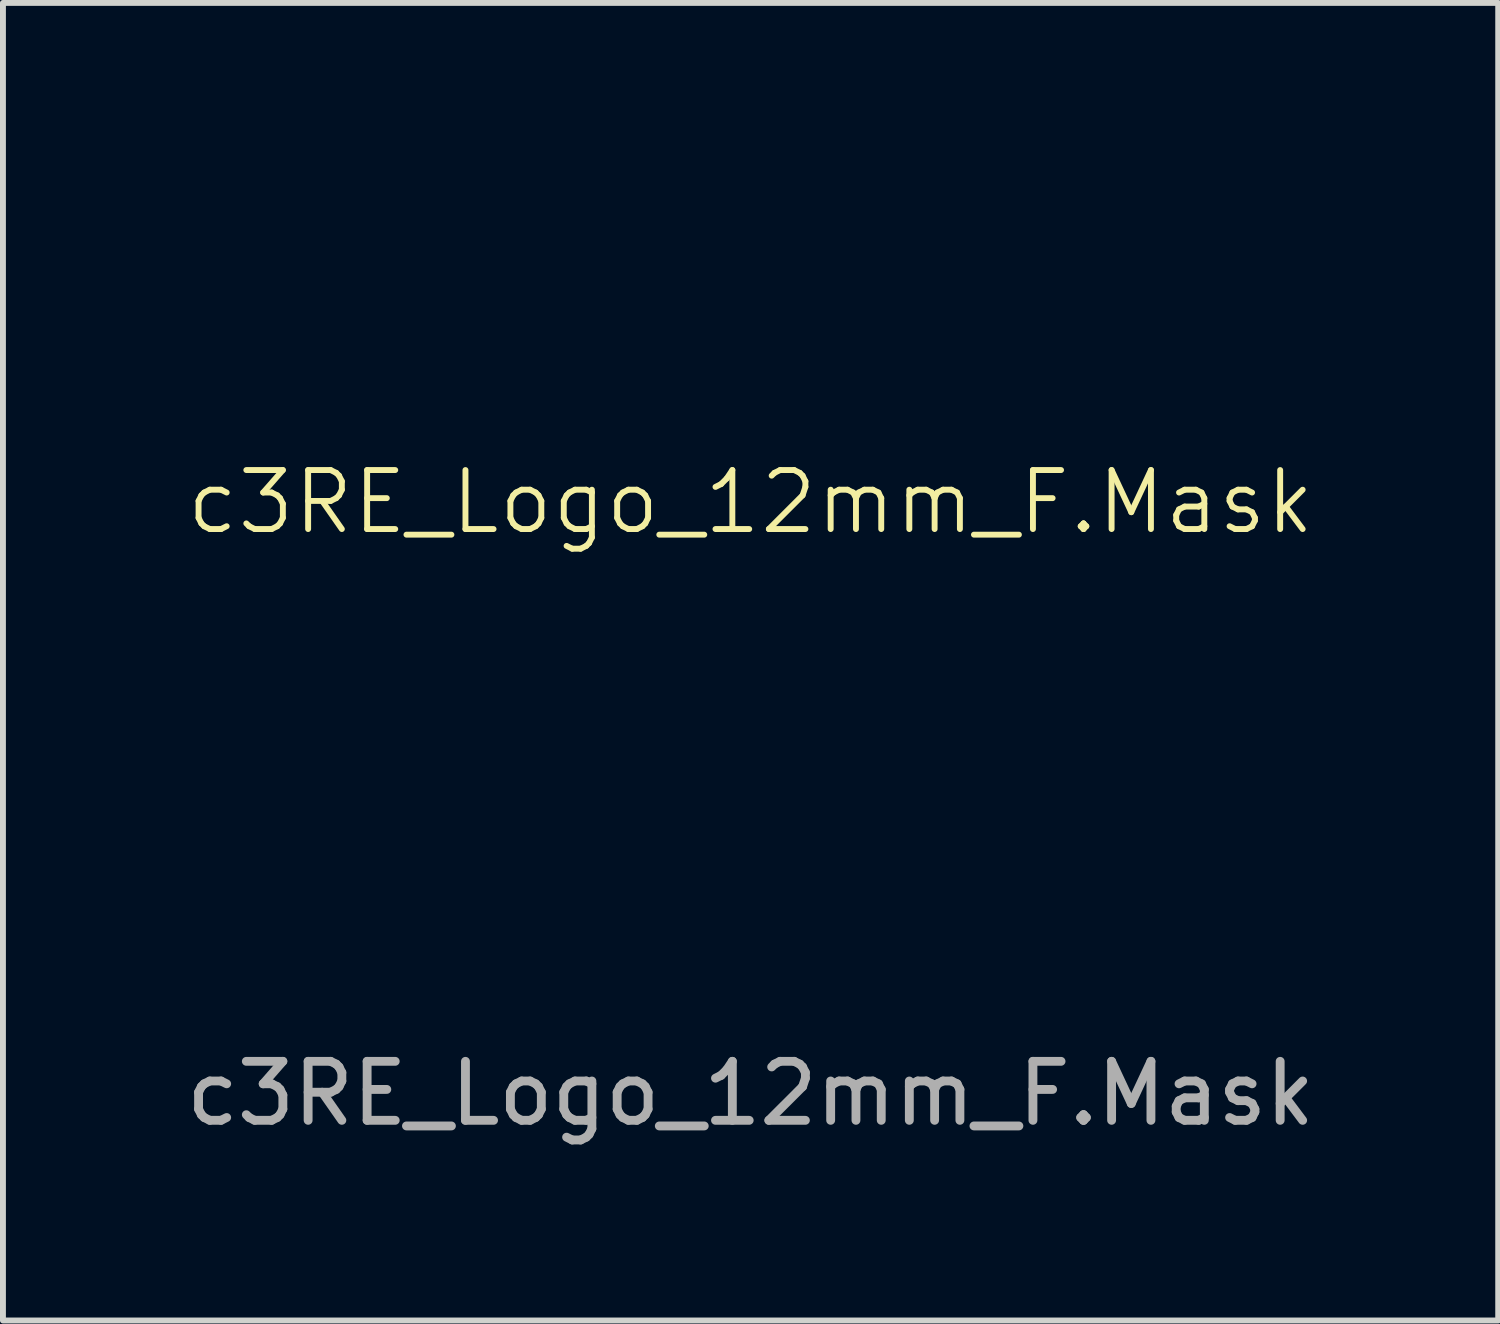
<source format=kicad_pcb>
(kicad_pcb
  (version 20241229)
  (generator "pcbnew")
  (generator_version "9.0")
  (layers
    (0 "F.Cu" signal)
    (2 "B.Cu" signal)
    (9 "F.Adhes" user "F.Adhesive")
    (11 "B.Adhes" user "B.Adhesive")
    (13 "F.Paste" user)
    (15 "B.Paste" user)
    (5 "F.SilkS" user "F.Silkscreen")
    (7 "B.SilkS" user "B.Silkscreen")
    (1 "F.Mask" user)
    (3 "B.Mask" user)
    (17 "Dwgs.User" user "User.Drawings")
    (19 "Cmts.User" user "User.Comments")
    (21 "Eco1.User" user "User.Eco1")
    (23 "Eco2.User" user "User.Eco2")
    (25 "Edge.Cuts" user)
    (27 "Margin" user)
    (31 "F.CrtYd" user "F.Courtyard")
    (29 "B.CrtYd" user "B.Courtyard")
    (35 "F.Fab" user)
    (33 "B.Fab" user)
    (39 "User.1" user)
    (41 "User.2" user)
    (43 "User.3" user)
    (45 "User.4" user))
  (footprint "c3RE_Logo_12mm_F.Mask"
    (layer "F.Cu")
    (at 9.673 5.96)
    (property "Reference" "c3RE_Logo_12mm_F.Mask" (at 0 -0.5 0) (unlocked yes) (layer "F.SilkS") (effects (font (size 1 1) (thickness 0.1))))
    (attr smd)
    (fp_poly (pts (xy 3.528 1.958) (xy 3.659 2.168) (xy 3.791 2.305) (xy 3.943 2.382) (xy 4.133 2.41) (xy 4.256 2.409) (xy 4.418 2.406) (xy 4.518 2.416) (xy 4.574 2.444) (xy 4.594 2.469) (xy 4.621 2.547) (xy 4.582 2.6) (xy 4.471 2.633) (xy 4.285 2.646) (xy 4.18 2.646) (xy 3.828 2.641) (xy 3.801 2.921) (xy 3.761 3.143) (xy 3.685 3.372) (xy 3.586 3.581) (xy 3.474 3.747) (xy 3.406 3.815) (xy 3.299 3.876) (xy 3.195 3.9) (xy 3.12 3.884) (xy 3.095 3.838) (xy 3.125 3.778) (xy 3.201 3.685) (xy 3.282 3.604) (xy 3.448 3.399) (xy 3.54 3.155) (xy 3.562 2.933) (xy 3.541 2.771) (xy 3.487 2.569) (xy 3.411 2.36) (xy 3.323 2.175) (xy 3.269 2.09) (xy 3.144 1.918) (xy 3.263 1.804) (xy 3.382 1.691)) (stroke (width 0) (type solid)) (fill yes) (layer "F.Mask"))
    (fp_poly (pts (xy 2.379 -2.161) (xy 2.532 -2.155) (xy 2.627 -2.143) (xy 2.679 -2.123) (xy 2.7 -2.096) (xy 2.708 -2.032) (xy 2.671 -1.985) (xy 2.579 -1.951) (xy 2.424 -1.927) (xy 2.195 -1.911) (xy 2.129 -1.908) (xy 1.633 -1.887) (xy 1.619 -1.749) (xy 1.614 -1.654) (xy 1.618 -1.606) (xy 1.619 -1.605) (xy 1.664 -1.601) (xy 1.777 -1.594) (xy 1.942 -1.585) (xy 2.142 -1.575) (xy 2.163 -1.574) (xy 2.383 -1.562) (xy 2.532 -1.55) (xy 2.624 -1.536) (xy 2.672 -1.517) (xy 2.69 -1.488) (xy 2.693 -1.463) (xy 2.686 -1.424) (xy 2.655 -1.397) (xy 2.585 -1.38) (xy 2.46 -1.368) (xy 2.273 -1.357) (xy 2.071 -1.344) (xy 1.937 -1.327) (xy 1.856 -1.303) (xy 1.812 -1.269) (xy 1.807 -1.262) (xy 1.783 -1.17) (xy 1.807 -1.113) (xy 1.845 -1.077) (xy 1.918 -1.051) (xy 2.04 -1.034) (xy 2.228 -1.02) (xy 2.273 -1.018) (xy 2.464 -1.007) (xy 2.586 -0.996) (xy 2.655 -0.979) (xy 2.685 -0.953) (xy 2.692 -0.911) (xy 2.693 -0.89) (xy 2.693 -0.784) (xy 2.184 -0.773) (xy 1.675 -0.762) (xy 1.516 -0.909) (xy 1.357 -1.056) (xy 1.357 -1.474) (xy 1.358 -1.665) (xy 1.364 -1.793) (xy 1.381 -1.877) (xy 1.413 -1.938) (xy 1.467 -1.998) (xy 1.497 -2.027) (xy 1.637 -2.163) (xy 2.155 -2.163)) (stroke (width 0) (type solid)) (fill yes) (layer "F.Mask"))
    (fp_poly (pts (xy -0.57 -3.304) (xy -0.419 -3.29) (xy -0.325 -3.259) (xy -0.275 -3.204) (xy -0.257 -3.119) (xy -0.254 -3.05) (xy -0.24 -2.934) (xy -0.203 -2.853) (xy -0.197 -2.846) (xy -0.158 -2.774) (xy -0.128 -2.648) (xy -0.11 -2.499) (xy -0.108 -2.357) (xy -0.125 -2.254) (xy -0.131 -2.24) (xy -0.158 -2.207) (xy -0.205 -2.185) (xy -0.289 -2.171) (xy -0.424 -2.165) (xy -0.625 -2.163) (xy -0.681 -2.163) (xy -0.903 -2.164) (xy -1.053 -2.171) (xy -1.146 -2.183) (xy -1.197 -2.204) (xy -1.215 -2.229) (xy -1.224 -2.292) (xy -1.186 -2.336) (xy -1.089 -2.363) (xy -0.924 -2.379) (xy -0.827 -2.383) (xy -0.659 -2.391) (xy -0.558 -2.402) (xy -0.507 -2.423) (xy -0.49 -2.459) (xy -0.488 -2.502) (xy -0.498 -2.57) (xy -0.543 -2.604) (xy -0.648 -2.619) (xy -0.665 -2.621) (xy -0.816 -2.65) (xy -0.903 -2.701) (xy -0.925 -2.759) (xy -0.877 -2.809) (xy -0.759 -2.839) (xy -0.7 -2.841) (xy -0.576 -2.849) (xy -0.512 -2.881) (xy -0.488 -2.925) (xy -0.475 -3.008) (xy -0.509 -3.059) (xy -0.6 -3.086) (xy -0.762 -3.095) (xy -0.805 -3.095) (xy -1.003 -3.1) (xy -1.131 -3.117) (xy -1.201 -3.15) (xy -1.228 -3.203) (xy -1.23 -3.227) (xy -1.223 -3.263) (xy -1.193 -3.287) (xy -1.124 -3.3) (xy -1.001 -3.306) (xy -0.81 -3.308) (xy -0.793 -3.308)) (stroke (width 0) (type solid)) (fill yes) (layer "F.Mask"))
    (fp_poly (pts (xy 0.992 -1.993) (xy 1.088 -1.873) (xy 1.133 -1.767) (xy 1.145 -1.639) (xy 1.163 -1.485) (xy 1.224 -1.384) (xy 1.232 -1.376) (xy 1.283 -1.313) (xy 1.306 -1.225) (xy 1.307 -1.087) (xy 1.306 -1.062) (xy 1.294 -0.926) (xy 1.274 -0.855) (xy 1.235 -0.829) (xy 1.209 -0.827) (xy 1.148 -0.846) (xy 1.119 -0.919) (xy 1.112 -0.975) (xy 1.098 -1.139) (xy 1.073 -1.24) (xy 1.021 -1.292) (xy 0.922 -1.311) (xy 0.76 -1.315) (xy 0.725 -1.315) (xy 0.543 -1.311) (xy 0.429 -1.293) (xy 0.369 -1.247) (xy 0.344 -1.162) (xy 0.339 -1.025) (xy 0.339 -1.023) (xy 0.326 -0.905) (xy 0.295 -0.822) (xy 0.288 -0.814) (xy 0.197 -0.772) (xy 0.077 -0.768) (xy -0.023 -0.804) (xy -0.034 -0.814) (xy -0.055 -0.878) (xy -0.071 -1.006) (xy -0.082 -1.181) (xy -0.087 -1.382) (xy -0.086 -1.591) (xy -0.082 -1.715) (xy 0.169 -1.715) (xy 0.198 -1.656) (xy 0.278 -1.625) (xy 0.42 -1.617) (xy 0.54 -1.62) (xy 0.869 -1.633) (xy 0.869 -1.76) (xy 0.869 -1.887) (xy 0.531 -1.887) (xy 0.359 -1.885) (xy 0.255 -1.875) (xy 0.201 -1.854) (xy 0.179 -1.818) (xy 0.177 -1.81) (xy 0.169 -1.715) (xy -0.082 -1.715) (xy -0.08 -1.788) (xy -0.068 -1.954) (xy -0.051 -2.069) (xy -0.034 -2.112) (xy 0.039 -2.139) (xy 0.188 -2.156) (xy 0.407 -2.163) (xy 0.428 -2.163) (xy 0.838 -2.163)) (stroke (width 0) (type solid)) (fill yes) (layer "F.Mask"))
    (fp_poly (pts (xy 3.591 0.927) (xy 3.603 1.022) (xy 3.588 1.154) (xy 3.548 1.305) (xy 3.522 1.373) (xy 3.442 1.518) (xy 3.331 1.673) (xy 3.207 1.815) (xy 3.088 1.923) (xy 3 1.975) (xy 2.941 2.001) (xy 2.959 2.029) (xy 2.981 2.042) (xy 3.037 2.106) (xy 3.086 2.214) (xy 3.094 2.238) (xy 3.12 2.389) (xy 3.134 2.591) (xy 3.137 2.824) (xy 3.129 3.072) (xy 3.111 3.314) (xy 3.086 3.533) (xy 3.053 3.71) (xy 3.014 3.827) (xy 3 3.848) (xy 2.923 3.897) (xy 2.844 3.883) (xy 2.818 3.856) (xy 2.815 3.798) (xy 2.827 3.676) (xy 2.852 3.508) (xy 2.885 3.331) (xy 2.934 3.047) (xy 2.956 2.831) (xy 2.95 2.694) (xy 2.928 2.594) (xy 2.903 2.565) (xy 2.858 2.593) (xy 2.839 2.61) (xy 2.718 2.75) (xy 2.599 2.939) (xy 2.5 3.146) (xy 2.448 3.298) (xy 2.391 3.473) (xy 2.331 3.575) (xy 2.275 3.602) (xy 2.232 3.553) (xy 2.208 3.426) (xy 2.205 3.346) (xy 2.215 3.209) (xy 2.25 3.072) (xy 2.318 2.917) (xy 2.425 2.726) (xy 2.53 2.558) (xy 2.615 2.415) (xy 2.683 2.281) (xy 2.715 2.2) (xy 2.733 2.121) (xy 2.711 2.086) (xy 2.629 2.078) (xy 2.589 2.078) (xy 2.482 2.064) (xy 2.446 2.05) (xy 2.813 2.05) (xy 2.819 2.075) (xy 2.841 2.078) (xy 2.876 2.062) (xy 2.869 2.05) (xy 2.819 2.044) (xy 2.813 2.05) (xy 2.446 2.05) (xy 2.395 2.029) (xy 2.346 1.987) (xy 2.352 1.948) (xy 2.38 1.935) (xy 2.612 1.855) (xy 2.801 1.758) (xy 2.964 1.63) (xy 3.12 1.456) (xy 3.286 1.222) (xy 3.329 1.156) (xy 3.418 1.027) (xy 3.496 0.933) (xy 3.547 0.892) (xy 3.551 0.891)) (stroke (width 0) (type solid)) (fill yes) (layer "F.Mask"))
    (fp_poly (pts (xy -0.92 -1.7) (xy -0.742 -1.52) (xy -0.617 -1.388) (xy -0.538 -1.293) (xy -0.496 -1.225) (xy -0.483 -1.174) (xy -0.488 -1.139) (xy -0.561 -0.981) (xy -0.662 -0.901) (xy -0.791 -0.898) (xy -0.952 -0.973) (xy -1.145 -1.125) (xy -1.166 -1.145) (xy -1.44 -1.399) (xy -2.687 -1.399) (xy -3.935 -1.399) (xy -4.071 -1.244) (xy -4.146 -1.152) (xy -4.185 -1.072) (xy -4.196 -0.972) (xy -4.19 -0.825) (xy -4.179 -0.697) (xy -4.158 -0.6) (xy -4.114 -0.512) (xy -4.036 -0.409) (xy -3.916 -0.27) (xy -3.796 -0.129) (xy -3.693 -0.003) (xy -3.625 0.09) (xy -3.611 0.114) (xy -3.59 0.199) (xy -3.574 0.356) (xy -3.564 0.573) (xy -3.562 0.784) (xy -3.561 1.016) (xy -3.557 1.18) (xy -3.548 1.29) (xy -3.531 1.363) (xy -3.504 1.414) (xy -3.464 1.458) (xy -3.461 1.461) (xy -3.351 1.541) (xy -3.215 1.602) (xy -3.196 1.608) (xy -3.09 1.625) (xy -2.921 1.638) (xy -2.708 1.647) (xy -2.469 1.651) (xy -2.221 1.652) (xy -1.983 1.649) (xy -1.774 1.641) (xy -1.61 1.629) (xy -1.51 1.613) (xy -1.502 1.61) (xy -1.416 1.56) (xy -1.293 1.469) (xy -1.159 1.355) (xy -1.136 1.334) (xy -0.946 1.183) (xy -0.786 1.111) (xy -0.656 1.117) (xy -0.556 1.202) (xy -0.489 1.349) (xy -0.485 1.396) (xy -0.505 1.452) (xy -0.557 1.528) (xy -0.65 1.635) (xy -0.791 1.783) (xy -0.898 1.892) (xy -1.085 2.078) (xy -1.228 2.209) (xy -1.338 2.297) (xy -1.428 2.349) (xy -1.506 2.376) (xy -1.601 2.387) (xy -1.764 2.397) (xy -1.982 2.404) (xy -2.239 2.408) (xy -2.52 2.411) (xy -2.808 2.411) (xy -3.09 2.408) (xy -3.35 2.404) (xy -3.572 2.397) (xy -3.742 2.388) (xy -3.844 2.377) (xy -3.85 2.375) (xy -3.954 2.345) (xy -4.017 2.315) (xy -4.02 2.313) (xy -4.06 2.274) (xy -4.151 2.19) (xy -4.278 2.073) (xy -4.429 1.933) (xy -4.448 1.916) (xy -4.606 1.764) (xy -4.744 1.619) (xy -4.848 1.497) (xy -4.903 1.414) (xy -4.904 1.411) (xy -4.922 1.346) (xy -4.937 1.24) (xy -4.947 1.086) (xy -4.955 0.876) (xy -4.959 0.601) (xy -4.961 0.253) (xy -4.961 0.096) (xy -4.961 -0.257) (xy -4.959 -0.535) (xy -4.955 -0.749) (xy -4.949 -0.909) (xy -4.939 -1.026) (xy -4.926 -1.108) (xy -4.908 -1.168) (xy -4.887 -1.213) (xy -4.829 -1.29) (xy -4.723 -1.409) (xy -4.582 -1.556) (xy -4.42 -1.715) (xy -4.381 -1.753) (xy -3.949 -2.163) (xy -2.666 -2.163) (xy -1.382 -2.163)) (stroke (width 0) (type solid)) (fill yes) (layer "F.Mask"))
    (fp_poly (pts (xy 0.334 -5.954) (xy 0.643 -5.94) (xy 0.917 -5.918) (xy 1.136 -5.888) (xy 1.187 -5.878) (xy 1.897 -5.682) (xy 2.564 -5.414) (xy 3.184 -5.079) (xy 3.755 -4.679) (xy 4.271 -4.218) (xy 4.731 -3.701) (xy 5.13 -3.129) (xy 5.464 -2.508) (xy 5.73 -1.841) (xy 5.921 -1.145) (xy 5.959 -0.903) (xy 5.986 -0.599) (xy 6.001 -0.255) (xy 6.004 0.105) (xy 5.996 0.461) (xy 5.975 0.789) (xy 5.943 1.067) (xy 5.921 1.187) (xy 5.725 1.895) (xy 5.458 2.561) (xy 5.123 3.181) (xy 4.723 3.751) (xy 4.263 4.268) (xy 3.745 4.728) (xy 3.175 5.127) (xy 2.554 5.461) (xy 1.888 5.728) (xy 1.278 5.9) (xy 1.075 5.935) (xy 0.81 5.964) (xy 0.504 5.987) (xy 0.179 6.002) (xy -0.143 6.008) (xy -0.44 6.005) (xy -0.69 5.992) (xy -0.826 5.977) (xy -1.158 5.914) (xy -1.513 5.827) (xy -1.853 5.726) (xy -2.111 5.634) (xy -2.779 5.327) (xy -3.392 4.954) (xy -3.949 4.521) (xy -4.447 4.029) (xy -4.883 3.483) (xy -5.253 2.885) (xy -5.556 2.24) (xy -5.789 1.549) (xy -5.878 1.187) (xy -5.917 0.945) (xy -5.944 0.641) (xy -5.959 0.297) (xy -5.959 0.209) (xy -5.736 0.209) (xy -5.682 0.863) (xy -5.558 1.494) (xy -5.484 1.753) (xy -5.239 2.39) (xy -4.921 2.991) (xy -4.535 3.549) (xy -4.088 4.059) (xy -3.586 4.514) (xy -3.034 4.908) (xy -2.438 5.236) (xy -1.814 5.489) (xy -1.152 5.669) (xy -0.484 5.766) (xy 0.197 5.782) (xy 0.895 5.715) (xy 1.105 5.68) (xy 1.775 5.515) (xy 2.411 5.272) (xy 3.012 4.953) (xy 3.576 4.558) (xy 4.093 4.095) (xy 4.559 3.57) (xy 4.952 3.004) (xy 5.271 2.403) (xy 5.515 1.774) (xy 5.682 1.121) (xy 5.771 0.451) (xy 5.78 -0.231) (xy 5.708 -0.92) (xy 5.553 -1.608) (xy 5.528 -1.692) (xy 5.301 -2.304) (xy 4.997 -2.89) (xy 4.624 -3.443) (xy 4.189 -3.954) (xy 3.698 -4.415) (xy 3.158 -4.819) (xy 2.577 -5.157) (xy 2.575 -5.158) (xy 1.99 -5.407) (xy 1.367 -5.587) (xy 0.719 -5.697) (xy 0.059 -5.737) (xy -0.602 -5.706) (xy -1.249 -5.603) (xy -1.801 -5.451) (xy -2.439 -5.193) (xy -3.038 -4.863) (xy -3.591 -4.468) (xy -4.094 -4.012) (xy -4.541 -3.501) (xy -4.926 -2.942) (xy -5.243 -2.339) (xy -5.484 -1.711) (xy -5.637 -1.096) (xy -5.721 -0.45) (xy -5.736 0.209) (xy -5.959 0.209) (xy -5.962 -0.064) (xy -5.953 -0.419) (xy -5.933 -0.747) (xy -5.9 -1.025) (xy -5.878 -1.145) (xy -5.681 -1.857) (xy -5.412 -2.528) (xy -5.071 -3.153) (xy -4.661 -3.731) (xy -4.184 -4.259) (xy -3.641 -4.734) (xy -3.269 -5.003) (xy -2.825 -5.265) (xy -2.317 -5.502) (xy -1.763 -5.706) (xy -1.184 -5.869) (xy -1.039 -5.902) (xy -0.853 -5.929) (xy -0.603 -5.948) (xy -0.309 -5.958) (xy 0.011 -5.96)) (stroke (width 0) (type solid)) (fill yes) (layer "F.Mask"))
    (fp_poly (pts (xy -1.69 -1.336) (xy -1.687 -1.334) (xy -1.647 -1.293) (xy -1.621 -1.196) (xy -1.605 -1.03) (xy -1.604 -1.01) (xy -1.587 -0.829) (xy -1.558 -0.717) (xy -1.514 -0.659) (xy -1.461 -0.641) (xy -1.349 -0.625) (xy -1.173 -0.612) (xy -0.928 -0.6) (xy -0.609 -0.59) (xy -0.244 -0.581) (xy 0.211 -0.569) (xy 0.592 -0.552) (xy 0.906 -0.528) (xy 1.164 -0.494) (xy 1.375 -0.448) (xy 1.548 -0.387) (xy 1.694 -0.308) (xy 1.821 -0.209) (xy 1.939 -0.088) (xy 2.029 0.021) (xy 2.129 0.148) (xy 2.054 0.021) (xy 1.989 -0.079) (xy 1.892 -0.214) (xy 1.795 -0.342) (xy 1.704 -0.462) (xy 1.638 -0.557) (xy 1.611 -0.606) (xy 1.611 -0.607) (xy 1.643 -0.639) (xy 1.719 -0.633) (xy 1.814 -0.595) (xy 1.903 -0.533) (xy 1.917 -0.519) (xy 2.01 -0.405) (xy 2.128 -0.239) (xy 2.253 -0.047) (xy 2.372 0.147) (xy 2.468 0.32) (xy 2.503 0.392) (xy 2.553 0.491) (xy 2.58 0.513) (xy 2.586 0.48) (xy 2.576 0.388) (xy 2.543 0.278) (xy 2.479 0.139) (xy 2.378 -0.046) (xy 2.26 -0.245) (xy 2.166 -0.407) (xy 2.096 -0.542) (xy 2.056 -0.634) (xy 2.052 -0.667) (xy 2.104 -0.668) (xy 2.197 -0.633) (xy 2.221 -0.621) (xy 2.345 -0.518) (xy 2.475 -0.348) (xy 2.603 -0.124) (xy 2.718 0.139) (xy 2.718 0.14) (xy 2.778 0.279) (xy 2.824 0.343) (xy 2.857 0.34) (xy 2.872 0.285) (xy 2.854 0.174) (xy 2.803 -0.002) (xy 2.786 -0.054) (xy 2.721 -0.254) (xy 2.685 -0.387) (xy 2.675 -0.466) (xy 2.689 -0.502) (xy 2.716 -0.509) (xy 2.791 -0.472) (xy 2.876 -0.378) (xy 2.955 -0.248) (xy 3.011 -0.105) (xy 3.062 0.044) (xy 3.108 0.111) (xy 3.152 0.096) (xy 3.159 0.086) (xy 3.219 0.05) (xy 3.271 0.042) (xy 3.328 0.054) (xy 3.34 0.105) (xy 3.328 0.175) (xy 3.321 0.29) (xy 3.356 0.344) (xy 3.384 0.38) (xy 3.373 0.445) (xy 3.319 0.56) (xy 3.318 0.561) (xy 3.268 0.661) (xy 3.258 0.693) (xy 3.288 0.665) (xy 3.304 0.647) (xy 3.377 0.578) (xy 3.431 0.551) (xy 3.475 0.582) (xy 3.472 0.665) (xy 3.43 0.786) (xy 3.355 0.932) (xy 3.255 1.089) (xy 3.135 1.243) (xy 3.018 1.368) (xy 2.839 1.521) (xy 2.678 1.62) (xy 2.544 1.671) (xy 2.337 1.718) (xy 2.144 1.737) (xy 1.985 1.727) (xy 1.881 1.688) (xy 1.864 1.673) (xy 1.834 1.616) (xy 1.859 1.572) (xy 1.948 1.533) (xy 2.112 1.495) (xy 2.136 1.49) (xy 2.41 1.416) (xy 2.646 1.3) (xy 2.871 1.127) (xy 2.996 1.005) (xy 3.107 0.889) (xy 3.16 0.83) (xy 3.157 0.824) (xy 3.101 0.868) (xy 3.059 0.902) (xy 2.911 1.011) (xy 2.749 1.111) (xy 2.68 1.147) (xy 2.481 1.223) (xy 2.272 1.275) (xy 2.071 1.302) (xy 1.894 1.302) (xy 1.76 1.274) (xy 1.685 1.218) (xy 1.681 1.208) (xy 1.686 1.148) (xy 1.757 1.1) (xy 1.902 1.063) (xy 2.056 1.04) (xy 2.369 0.977) (xy 2.647 0.873) (xy 2.867 0.736) (xy 2.884 0.722) (xy 3.032 0.594) (xy 2.693 0.753) (xy 2.505 0.836) (xy 2.352 0.886) (xy 2.195 0.913) (xy 1.996 0.926) (xy 1.985 0.926) (xy 1.804 0.932) (xy 1.687 0.928) (xy 1.61 0.911) (xy 1.553 0.875) (xy 1.511 0.836) (xy 1.475 0.802) (xy 1.435 0.776) (xy 1.38 0.756) (xy 1.299 0.742) (xy 1.18 0.731) (xy 1.012 0.722) (xy 0.782 0.713) (xy 0.48 0.704) (xy 0.459 0.703) (xy 0.069 0.695) (xy -0.301 0.695) (xy -0.642 0.701) (xy -0.944 0.714) (xy -1.196 0.733) (xy -1.389 0.757) (xy -1.512 0.787) (xy -1.547 0.805) (xy -1.586 0.882) (xy -1.611 1.038) (xy -1.62 1.18) (xy -1.628 1.345) (xy -1.64 1.442) (xy -1.663 1.492) (xy -1.704 1.512) (xy -1.743 1.518) (xy -1.807 1.519) (xy -1.844 1.491) (xy -1.865 1.414) (xy -1.881 1.3) (xy -1.893 1.041) (xy -1.859 0.844) (xy -1.772 0.696) (xy -1.628 0.587) (xy -1.569 0.558) (xy -1.515 0.54) (xy -1.438 0.525) (xy -1.329 0.512) (xy -1.179 0.502) (xy -0.981 0.493) (xy -0.724 0.486) (xy -0.402 0.48) (xy -0.005 0.474) (xy 0.085 0.473) (xy 0.432 0.467) (xy 0.741 0.461) (xy 1.004 0.453) (xy 1.213 0.445) (xy 1.361 0.437) (xy 1.44 0.428) (xy 1.443 0.421) (xy 1.367 0.412) (xy 1.217 0.403) (xy 1.003 0.393) (xy 0.738 0.383) (xy 0.432 0.373) (xy 0.096 0.364) (xy -0.177 0.358) (xy -1.649 0.327) (xy -1.888 0.444) (xy -1.992 0.501) (xy -2.09 0.572) (xy -2.194 0.669) (xy -2.318 0.804) (xy -2.475 0.99) (xy -2.535 1.065) (xy -2.717 1.282) (xy -2.856 1.434) (xy -2.961 1.527) (xy -3.037 1.566) (xy -3.091 1.555) (xy -3.117 1.525) (xy -3.106 1.471) (xy -3.049 1.365) (xy -2.953 1.22) (xy -2.83 1.049) (xy -2.686 0.864) (xy -2.533 0.677) (xy -2.396 0.521) (xy -2.25 0.369) (xy -2.143 0.276) (xy 2.163 0.276) (xy 2.184 0.297) (xy 2.205 0.276) (xy 2.184 0.254) (xy 2.163 0.276) (xy -2.143 0.276) (xy -2.137 0.27) (xy -2.035 0.21) (xy -1.933 0.175) (xy -1.83 0.161) (xy -1.655 0.149) (xy -1.42 0.14) (xy -1.139 0.133) (xy -0.824 0.129) (xy -0.488 0.127) (xy -0.143 0.128) (xy 0.197 0.132) (xy 0.52 0.138) (xy 0.814 0.146) (xy 1.065 0.156) (xy 1.261 0.169) (xy 1.386 0.184) (xy 1.555 0.208) (xy 1.645 0.211) (xy 1.657 0.193) (xy 1.652 0.191) (xy 2.12 0.191) (xy 2.141 0.212) (xy 2.163 0.191) (xy 2.141 0.17) (xy 2.12 0.191) (xy 1.652 0.191) (xy 1.587 0.159) (xy 1.435 0.111) (xy 1.429 0.11) (xy 1.34 0.092) (xy 1.209 0.076) (xy 1.028 0.063) (xy 0.79 0.051) (xy 0.489 0.04) (xy 0.117 0.031) (xy -0.332 0.022) (xy -0.36 0.022) (xy -0.771 0.014) (xy -1.106 0.007) (xy -1.372 0.000347) (xy -1.58 -0.007) (xy -1.736 -0.016) (xy -1.85 -0.027) (xy -1.931 -0.039) (xy -1.986 -0.055) (xy -2.024 -0.073) (xy -2.035 -0.08) (xy -2.102 -0.141) (xy -2.202 -0.249) (xy -2.325 -0.39) (xy -2.461 -0.553) (xy -2.601 -0.726) (xy -2.735 -0.897) (xy -2.852 -1.052) (xy -2.944 -1.181) (xy -3.001 -1.27) (xy -3.012 -1.307) (xy -3.012 -1.307) (xy -2.915 -1.313) (xy -2.809 -1.262) (xy -2.684 -1.15) (xy -2.532 -0.968) (xy -2.497 -0.922) (xy -2.306 -0.673) (xy -2.149 -0.488) (xy -2.02 -0.356) (xy -1.907 -0.27) (xy -1.801 -0.219) (xy -1.769 -0.209) (xy -1.678 -0.197) (xy -1.51 -0.187) (xy -1.273 -0.179) (xy -0.972 -0.174) (xy -0.617 -0.172) (xy -0.22 -0.173) (xy 0.174 -0.174) (xy 0.494 -0.174) (xy 0.75 -0.172) (xy 0.951 -0.167) (xy 1.107 -0.158) (xy 1.228 -0.147) (xy 1.325 -0.132) (xy 1.408 -0.113) (xy 1.416 -0.11) (xy 1.58 -0.069) (xy 1.666 -0.058) (xy 1.675 -0.079) (xy 1.61 -0.131) (xy 1.602 -0.136) (xy 1.52 -0.185) (xy 1.438 -0.224) (xy 1.344 -0.255) (xy 1.228 -0.278) (xy 1.079 -0.295) (xy 0.887 -0.306) (xy 0.641 -0.314) (xy 0.33 -0.32) (xy -0.014 -0.324) (xy -0.433 -0.329) (xy -0.777 -0.338) (xy -1.054 -0.351) (xy -1.273 -0.37) (xy -1.444 -0.396) (xy -1.574 -0.429) (xy -1.674 -0.472) (xy -1.753 -0.526) (xy -1.787 -0.557) (xy -1.833 -0.615) (xy -1.857 -0.686) (xy -1.864 -0.796) (xy -1.859 -0.957) (xy -1.841 -1.157) (xy -1.809 -1.282) (xy -1.76 -1.338)) (stroke (width 0) (type solid)) (fill yes) (layer "F.Mask"))
    (fp_text user "${REFERENCE}" (at 0 9.525 0) (unlocked yes) (layer "F.Fab") (effects (font (size 1 1) (thickness 0.15)))))
  (gr_rect
    (start -3 -3)
    (end 22.345 19.333)
    (stroke (width 0.1) (type default))
    (fill no)
    (layer "Edge.Cuts")))
</source>
